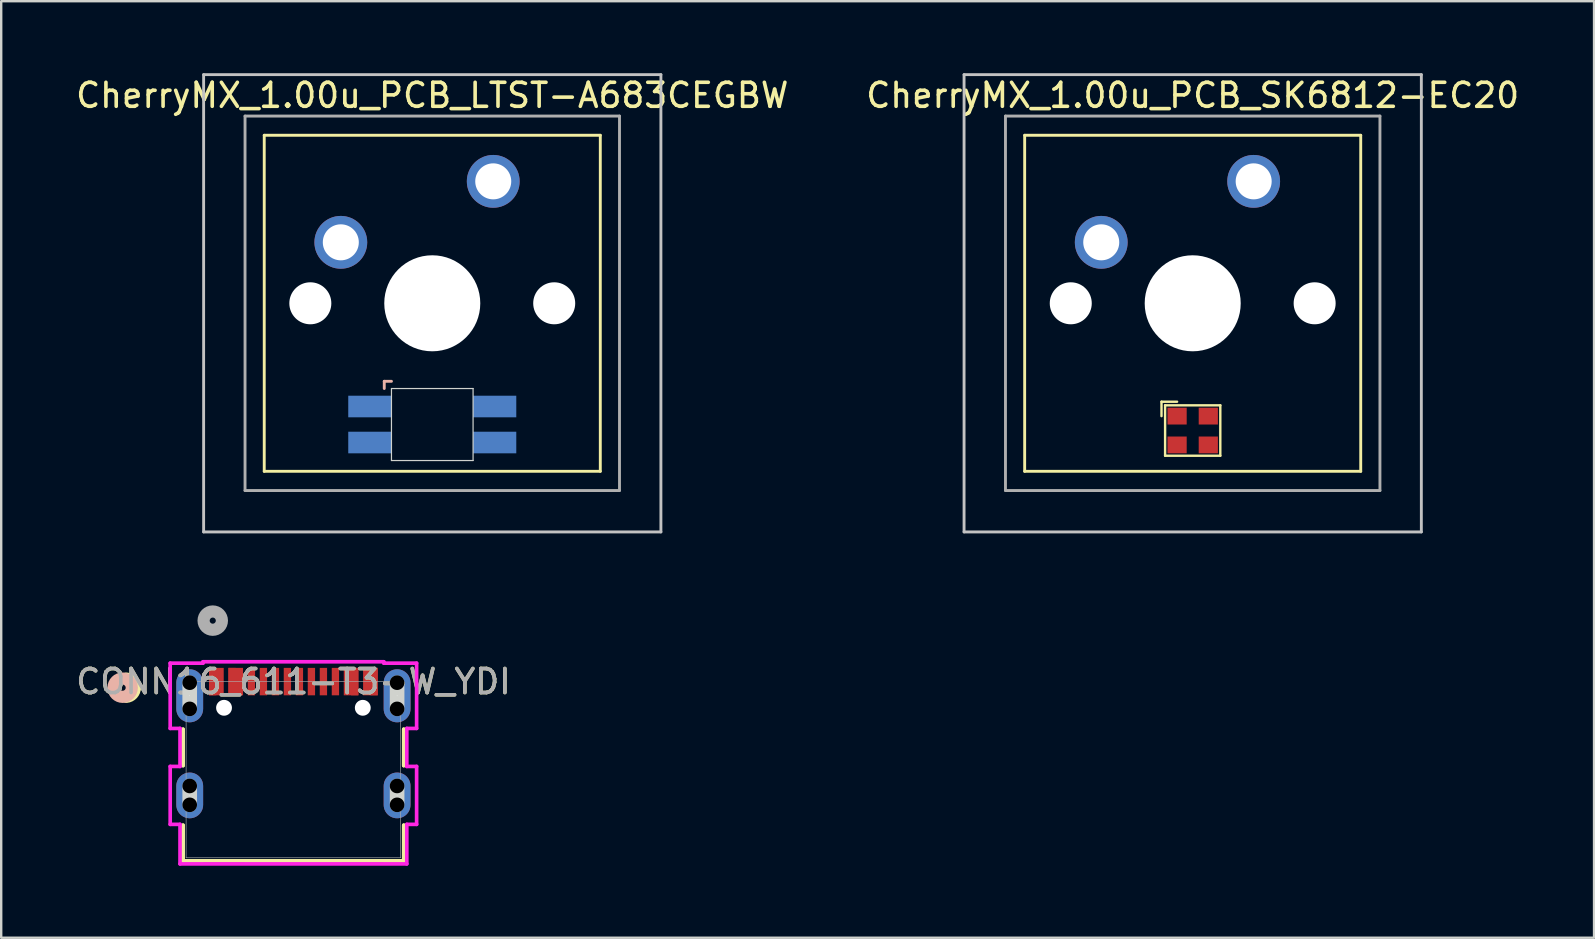
<source format=kicad_pcb>
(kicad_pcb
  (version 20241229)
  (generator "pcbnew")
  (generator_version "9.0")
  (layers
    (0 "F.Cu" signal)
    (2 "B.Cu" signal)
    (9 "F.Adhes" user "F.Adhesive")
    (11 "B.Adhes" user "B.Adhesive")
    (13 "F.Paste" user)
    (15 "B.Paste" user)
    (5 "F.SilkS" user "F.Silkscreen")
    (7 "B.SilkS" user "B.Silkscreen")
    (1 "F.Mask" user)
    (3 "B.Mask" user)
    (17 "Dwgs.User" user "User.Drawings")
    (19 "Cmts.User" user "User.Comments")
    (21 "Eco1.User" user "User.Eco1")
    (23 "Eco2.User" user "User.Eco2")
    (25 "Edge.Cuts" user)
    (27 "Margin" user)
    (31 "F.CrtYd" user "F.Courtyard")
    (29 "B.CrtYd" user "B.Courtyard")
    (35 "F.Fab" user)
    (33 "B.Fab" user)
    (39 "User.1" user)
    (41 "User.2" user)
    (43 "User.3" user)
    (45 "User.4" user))
  (footprint "CherryMX_1.00u_PCB_SK6812-EC20"
    (layer "F.Cu")
    (at 46.637 9.585)
    (property "Reference" "CherryMX_1.00u_PCB_SK6812-EC20" (at 0 -8.662 0) (layer "F.SilkS") (effects (font (size 1 1) (thickness 0.15))))
    (attr through_hole)
    (fp_line (start -7 -7) (end -7 7) (stroke (width 0.12) (type solid)) (layer "F.SilkS"))
    (fp_line (start -7 -7) (end 7 -7) (stroke (width 0.12) (type solid)) (layer "F.SilkS"))
    (fp_line (start -1.3 4.1) (end -0.65 4.1) (stroke (width 0.1) (type default)) (layer "F.SilkS"))
    (fp_line (start -1.3 4.7) (end -1.3 4.1) (stroke (width 0.1) (type default)) (layer "F.SilkS"))
    (fp_line (start -1.15 4.25) (end 1.15 4.25) (stroke (width 0.1) (type default)) (layer "F.SilkS"))
    (fp_line (start -1.15 6.35) (end -1.15 4.25) (stroke (width 0.1) (type default)) (layer "F.SilkS"))
    (fp_line (start 1.15 4.25) (end 1.15 6.35) (stroke (width 0.1) (type default)) (layer "F.SilkS"))
    (fp_line (start 1.15 6.35) (end -1.15 6.35) (stroke (width 0.1) (type default)) (layer "F.SilkS"))
    (fp_line (start 7 -7) (end 7 7) (stroke (width 0.12) (type solid)) (layer "F.SilkS"))
    (fp_line (start 7 7) (end -7 7) (stroke (width 0.12) (type solid)) (layer "F.SilkS"))
    (fp_line (start -9.525 -9.525) (end 9.525 -9.525) (stroke (width 0.12) (type solid)) (layer "Dwgs.User"))
    (fp_line (start -9.525 9.525) (end -9.525 -9.525) (stroke (width 0.12) (type solid)) (layer "Dwgs.User"))
    (fp_line (start 9.525 -9.525) (end 9.525 9.525) (stroke (width 0.12) (type solid)) (layer "Dwgs.User"))
    (fp_line (start 9.525 9.525) (end -9.525 9.525) (stroke (width 0.12) (type solid)) (layer "Dwgs.User"))
    (fp_line (start -7.8 -7.8) (end -7.8 7.8) (stroke (width 0.12) (type solid)) (layer "F.Fab"))
    (fp_line (start -7.8 -7.8) (end 7.8 -7.8) (stroke (width 0.12) (type solid)) (layer "F.Fab"))
    (fp_line (start -7.8 7.8) (end 7.8 7.8) (stroke (width 0.12) (type solid)) (layer "F.Fab"))
    (fp_line (start 7.8 -7.8) (end 7.8 7.8) (stroke (width 0.12) (type solid)) (layer "F.Fab"))
    (pad "" np_thru_hole circle (at -5.08 0) (size 1.75 1.75) (drill 1.75) (layers "*.Cu" "*.Mask"))
    (pad "" np_thru_hole circle (at 0 0) (size 4 4) (drill 4) (layers "*.Cu" "*.Mask"))
    (pad "" np_thru_hole circle (at 5.08 0) (size 1.75 1.75) (drill 1.75) (layers "*.Cu" "*.Mask"))
    (pad "1" thru_hole circle (at -3.81 -2.54) (size 2.2 2.2) (drill 1.5) (layers "*.Cu" "*.Mask"))
    (pad "2" smd rect (at -0.65 4.7) (size 0.8 0.7) (layers "F.Cu" "F.Mask" "F.Paste"))
    (pad "3" smd rect (at -0.65 5.9) (size 0.8 0.7) (layers "F.Cu" "F.Mask" "F.Paste"))
    (pad "4" thru_hole circle (at 2.54 -5.08) (size 2.2 2.2) (drill 1.5) (layers "*.Cu" "*.Mask"))
    (pad "5" smd rect (at 0.65 4.7) (size 0.8 0.7) (layers "F.Cu" "F.Mask" "F.Paste"))
    (pad "6" smd rect (at 0.65 5.9) (size 0.8 0.7) (layers "F.Cu" "F.Mask" "F.Paste")))
  (footprint "CherryMX_1.00u_PCB_LTST-A683CEGBW"
    (layer "F.Cu")
    (at 14.958 9.585)
    (property "Reference" "CherryMX_1.00u_PCB_LTST-A683CEGBW" (at 0 -8.662 0) (layer "F.SilkS") (effects (font (size 1 1) (thickness 0.15))))
    (attr through_hole)
    (fp_line (start -7 -7) (end -7 7) (stroke (width 0.12) (type solid)) (layer "F.SilkS"))
    (fp_line (start -7 -7) (end 7 -7) (stroke (width 0.12) (type solid)) (layer "F.SilkS"))
    (fp_line (start 7 -7) (end 7 7) (stroke (width 0.12) (type solid)) (layer "F.SilkS"))
    (fp_line (start 7 7) (end -7 7) (stroke (width 0.12) (type solid)) (layer "F.SilkS"))
    (fp_line (start -2 3.25) (end -2 3.55) (stroke (width 0.12) (type solid)) (layer "B.SilkS"))
    (fp_line (start -1.7 3.25) (end -2 3.25) (stroke (width 0.12) (type solid)) (layer "B.SilkS"))
    (fp_line (start -9.525 -9.525) (end 9.525 -9.525) (stroke (width 0.12) (type solid)) (layer "Dwgs.User"))
    (fp_line (start -9.525 9.525) (end -9.525 -9.525) (stroke (width 0.12) (type solid)) (layer "Dwgs.User"))
    (fp_line (start 9.525 -9.525) (end 9.525 9.525) (stroke (width 0.12) (type solid)) (layer "Dwgs.User"))
    (fp_line (start 9.525 9.525) (end -9.525 9.525) (stroke (width 0.12) (type solid)) (layer "Dwgs.User"))
    (fp_line (start -1.7 3.55) (end 1.7 3.55) (stroke (width 0.05) (type solid)) (layer "Edge.Cuts"))
    (fp_line (start -1.7 6.55) (end -1.7 3.55) (stroke (width 0.05) (type solid)) (layer "Edge.Cuts"))
    (fp_line (start 1.7 3.55) (end 1.7 6.55) (stroke (width 0.05) (type solid)) (layer "Edge.Cuts"))
    (fp_line (start 1.7 6.55) (end -1.7 6.55) (stroke (width 0.05) (type solid)) (layer "Edge.Cuts"))
    (fp_line (start -7.8 -7.8) (end -7.8 7.8) (stroke (width 0.12) (type solid)) (layer "F.Fab"))
    (fp_line (start -7.8 -7.8) (end 7.8 -7.8) (stroke (width 0.12) (type solid)) (layer "F.Fab"))
    (fp_line (start -7.8 7.8) (end 7.8 7.8) (stroke (width 0.12) (type solid)) (layer "F.Fab"))
    (fp_line (start 7.8 -7.8) (end 7.8 7.8) (stroke (width 0.12) (type solid)) (layer "F.Fab"))
    (pad "" np_thru_hole circle (at -5.08 0) (size 1.75 1.75) (drill 1.75) (layers "*.Cu" "*.Mask"))
    (pad "" np_thru_hole circle (at 0 0) (size 4 4) (drill 4) (layers "*.Cu" "*.Mask"))
    (pad "" np_thru_hole circle (at 5.08 0) (size 1.75 1.75) (drill 1.75) (layers "*.Cu" "*.Mask"))
    (pad "1" thru_hole circle (at -3.81 -2.54) (size 2.2 2.2) (drill 1.5) (layers "*.Cu" "*.Mask"))
    (pad "2" thru_hole circle (at 2.54 -5.08) (size 2.2 2.2) (drill 1.5) (layers "*.Cu" "*.Mask"))
    (pad "3" smd rect (at -2.6 4.3) (size 1.8 0.9) (layers "B.Cu" "B.Mask" "B.Paste"))
    (pad "4" smd rect (at -2.6 5.8) (size 1.8 0.9) (layers "B.Cu" "B.Mask" "B.Paste"))
    (pad "5" smd rect (at 2.6 4.3) (size 1.8 0.9) (layers "B.Cu" "B.Mask" "B.Paste"))
    (pad "6" smd rect (at 2.6 5.8) (size 1.8 0.9) (layers "B.Cu" "B.Mask" "B.Paste")))
  (footprint "CONN16_611-T3-W_YDI"
    (layer "F.Cu")
    (at 9.173 29.015)
    (property "Reference" "CONN16_611-T3-W_YDI" (at 0 -3.67 0) (unlocked yes) (layer "F.SilkS") (effects (font (size 1 1) (thickness 0.15))))
    (attr smd)
    (fp_poly (pts (xy -3.513 -3.099) (xy -3.513 -4.242) (xy -3.208 -4.242) (xy -3.208 -3.099)) (stroke (width 0) (type solid)) (fill yes) (layer "F.Cu"))
    (fp_poly (pts (xy -3.513 -3.099) (xy -3.513 -4.242) (xy -2.903 -4.242) (xy -2.903 -3.099)) (stroke (width 0) (type solid)) (fill yes) (layer "F.Cu"))
    (fp_poly (pts (xy -2.708 -4.242) (xy -2.403 -4.242) (xy -2.403 -3.099) (xy -2.708 -3.099)) (stroke (width 0) (type solid)) (fill yes) (layer "F.Cu"))
    (fp_poly (pts (xy -2.708 -4.242) (xy -2.098 -4.242) (xy -2.098 -3.099) (xy -2.708 -3.099)) (stroke (width 0) (type solid)) (fill yes) (layer "F.Cu"))
    (fp_poly (pts (xy 2.098 -3.099) (xy 2.098 -4.242) (xy 2.708 -4.242) (xy 2.708 -3.099)) (stroke (width 0) (type solid)) (fill yes) (layer "F.Cu"))
    (fp_poly (pts (xy 2.708 -4.242) (xy 2.708 -3.099) (xy 2.403 -3.099) (xy 2.403 -4.242)) (stroke (width 0) (type solid)) (fill yes) (layer "F.Cu"))
    (fp_poly (pts (xy 2.903 -4.242) (xy 3.513 -4.242) (xy 3.513 -3.099) (xy 2.903 -3.099)) (stroke (width 0) (type solid)) (fill yes) (layer "F.Cu"))
    (fp_poly (pts (xy 3.513 -4.242) (xy 3.513 -3.099) (xy 3.208 -3.099) (xy 3.208 -4.242)) (stroke (width 0) (type solid)) (fill yes) (layer "F.Cu"))
    (fp_poly (pts (xy -3.513 -3.099) (xy -3.513 -4.242) (xy -3.208 -4.242) (xy -3.208 -3.099)) (stroke (width 0) (type solid)) (fill yes) (layer "F.Mask"))
    (fp_poly (pts (xy -3.513 -3.099) (xy -3.513 -4.242) (xy -2.903 -4.242) (xy -2.903 -3.099)) (stroke (width 0) (type solid)) (fill yes) (layer "F.Mask"))
    (fp_poly (pts (xy -2.708 -4.242) (xy -2.403 -4.242) (xy -2.403 -3.099) (xy -2.708 -3.099)) (stroke (width 0) (type solid)) (fill yes) (layer "F.Mask"))
    (fp_poly (pts (xy -2.708 -4.242) (xy -2.098 -4.242) (xy -2.098 -3.099) (xy -2.708 -3.099)) (stroke (width 0) (type solid)) (fill yes) (layer "F.Mask"))
    (fp_poly (pts (xy 2.098 -3.099) (xy 2.098 -4.242) (xy 2.708 -4.242) (xy 2.708 -3.099)) (stroke (width 0) (type solid)) (fill yes) (layer "F.Mask"))
    (fp_poly (pts (xy 2.708 -4.242) (xy 2.708 -3.099) (xy 2.403 -3.099) (xy 2.403 -4.242)) (stroke (width 0) (type solid)) (fill yes) (layer "F.Mask"))
    (fp_poly (pts (xy 2.903 -4.242) (xy 3.513 -4.242) (xy 3.513 -3.099) (xy 2.903 -3.099)) (stroke (width 0) (type solid)) (fill yes) (layer "F.Mask"))
    (fp_poly (pts (xy 3.513 -4.242) (xy 3.513 -3.099) (xy 3.208 -3.099) (xy 3.208 -4.242)) (stroke (width 0) (type solid)) (fill yes) (layer "F.Mask"))
    (fp_line (start -4.597 -1.686) (end -4.597 -0.17) (stroke (width 0.152) (type solid)) (layer "F.SilkS"))
    (fp_line (start -4.597 -0.17) (end -4.597 -1.686) (stroke (width 0.152) (type solid)) (layer "F.SilkS"))
    (fp_line (start -4.597 2.312) (end -4.597 3.797) (stroke (width 0.152) (type solid)) (layer "F.SilkS"))
    (fp_line (start -4.597 3.797) (end -4.597 2.312) (stroke (width 0.152) (type solid)) (layer "F.SilkS"))
    (fp_line (start -4.597 3.797) (end -3.794 3.797) (stroke (width 0.152) (type solid)) (layer "F.SilkS"))
    (fp_line (start -1.986 3.797) (end 1.986 3.797) (stroke (width 0.152) (type solid)) (layer "F.SilkS"))
    (fp_line (start 3.794 3.797) (end 4.597 3.797) (stroke (width 0.152) (type solid)) (layer "F.SilkS"))
    (fp_line (start 4.597 -1.686) (end 4.597 -0.17) (stroke (width 0.152) (type solid)) (layer "F.SilkS"))
    (fp_line (start 4.597 -0.17) (end 4.597 -1.686) (stroke (width 0.152) (type solid)) (layer "F.SilkS"))
    (fp_line (start 4.597 2.312) (end 4.597 3.797) (stroke (width 0.152) (type solid)) (layer "F.SilkS"))
    (fp_line (start 4.597 3.797) (end -4.597 3.797) (stroke (width 0.152) (type solid)) (layer "F.SilkS"))
    (fp_line (start 4.597 3.797) (end 4.597 2.312) (stroke (width 0.152) (type solid)) (layer "F.SilkS"))
    (fp_arc (start -6.954204 -3.795886) (mid -6.706237 -3.673851) (end -6.606001 -3.4163) (stroke (width 0.508) (type solid)) (layer "F.SilkS"))
    (fp_arc (start -6.606001 -3.4163) (mid -6.706237 -3.158749) (end -6.954203 -3.036714) (stroke (width 0.508) (type solid)) (layer "F.SilkS"))
    (fp_circle (center -7.114 -3.416) (end -6.733 -3.416) (stroke (width 0.508) (type solid)) (fill no) (layer "B.SilkS"))
    (fp_poly (pts (xy -3.513 -3.099) (xy -3.513 -4.242) (xy -3.208 -4.242) (xy -3.208 -3.099)) (stroke (width 0) (type solid)) (fill yes) (layer "F.Paste"))
    (fp_poly (pts (xy -3.513 -3.099) (xy -3.513 -4.242) (xy -2.903 -4.242) (xy -2.903 -3.099)) (stroke (width 0) (type solid)) (fill yes) (layer "F.Paste"))
    (fp_poly (pts (xy -2.708 -4.242) (xy -2.403 -4.242) (xy -2.403 -3.099) (xy -2.708 -3.099)) (stroke (width 0) (type solid)) (fill yes) (layer "F.Paste"))
    (fp_poly (pts (xy -2.708 -4.242) (xy -2.098 -4.242) (xy -2.098 -3.099) (xy -2.708 -3.099)) (stroke (width 0) (type solid)) (fill yes) (layer "F.Paste"))
    (fp_poly (pts (xy 2.098 -3.099) (xy 2.098 -4.242) (xy 2.708 -4.242) (xy 2.708 -3.099)) (stroke (width 0) (type solid)) (fill yes) (layer "F.Paste"))
    (fp_poly (pts (xy 2.708 -4.242) (xy 2.708 -3.099) (xy 2.403 -3.099) (xy 2.403 -4.242)) (stroke (width 0) (type solid)) (fill yes) (layer "F.Paste"))
    (fp_poly (pts (xy 2.903 -4.242) (xy 3.513 -4.242) (xy 3.513 -3.099) (xy 2.903 -3.099)) (stroke (width 0) (type solid)) (fill yes) (layer "F.Paste"))
    (fp_poly (pts (xy 3.513 -4.242) (xy 3.513 -3.099) (xy 3.208 -3.099) (xy 3.208 -4.242)) (stroke (width 0) (type solid)) (fill yes) (layer "F.Paste"))
    (fp_line (start -4.32 1.464) (end -4.32 0.677) (stroke (width 0.61) (type solid)) (layer "Edge.Cuts"))
    (fp_line (start -4.32 -2.533) (end -4.32 -3.625) (stroke (width 0.61) (type solid)) (layer "Edge.Cuts"))
    (fp_line (start 4.32 -2.533) (end 4.32 -3.625) (stroke (width 0.61) (type solid)) (layer "Edge.Cuts"))
    (fp_line (start 4.32 1.464) (end 4.32 0.677) (stroke (width 0.61) (type solid)) (layer "Edge.Cuts"))
    (fp_line (start -5.133 -0.136) (end -5.133 2.277) (stroke (width 0.152) (type solid)) (layer "F.CrtYd"))
    (fp_line (start -5.133 2.277) (end -4.724 2.277) (stroke (width 0.152) (type solid)) (layer "F.CrtYd"))
    (fp_line (start -5.133 -4.438) (end -5.133 -1.72) (stroke (width 0.152) (type solid)) (layer "F.CrtYd"))
    (fp_line (start -5.133 -1.72) (end -4.724 -1.72) (stroke (width 0.152) (type solid)) (layer "F.CrtYd"))
    (fp_line (start -4.724 -1.72) (end -4.724 -0.136) (stroke (width 0.152) (type solid)) (layer "F.CrtYd"))
    (fp_line (start -4.724 -0.136) (end -5.133 -0.136) (stroke (width 0.152) (type solid)) (layer "F.CrtYd"))
    (fp_line (start -4.724 2.277) (end -4.724 3.924) (stroke (width 0.152) (type solid)) (layer "F.CrtYd"))
    (fp_line (start -4.724 3.924) (end 4.724 3.924) (stroke (width 0.152) (type solid)) (layer "F.CrtYd"))
    (fp_line (start -3.767 -4.496) (end -3.767 -4.438) (stroke (width 0.152) (type solid)) (layer "F.CrtYd"))
    (fp_line (start -3.767 -4.438) (end -5.133 -4.438) (stroke (width 0.152) (type solid)) (layer "F.CrtYd"))
    (fp_line (start 3.767 -4.496) (end -3.767 -4.496) (stroke (width 0.152) (type solid)) (layer "F.CrtYd"))
    (fp_line (start 3.767 -4.438) (end 3.767 -4.496) (stroke (width 0.152) (type solid)) (layer "F.CrtYd"))
    (fp_line (start 4.724 -1.72) (end 5.133 -1.72) (stroke (width 0.152) (type solid)) (layer "F.CrtYd"))
    (fp_line (start 4.724 -0.136) (end 4.724 -1.72) (stroke (width 0.152) (type solid)) (layer "F.CrtYd"))
    (fp_line (start 4.724 2.277) (end 5.133 2.277) (stroke (width 0.152) (type solid)) (layer "F.CrtYd"))
    (fp_line (start 4.724 3.924) (end 4.724 2.277) (stroke (width 0.152) (type solid)) (layer "F.CrtYd"))
    (fp_line (start 5.133 -4.438) (end 3.767 -4.438) (stroke (width 0.152) (type solid)) (layer "F.CrtYd"))
    (fp_line (start 5.133 -1.72) (end 5.133 -4.438) (stroke (width 0.152) (type solid)) (layer "F.CrtYd"))
    (fp_line (start 5.133 -0.136) (end 4.724 -0.136) (stroke (width 0.152) (type solid)) (layer "F.CrtYd"))
    (fp_line (start 5.133 2.277) (end 5.133 -0.136) (stroke (width 0.152) (type solid)) (layer "F.CrtYd"))
    (fp_line (start -4.47 -3.67) (end -4.47 3.67) (stroke (width 0.025) (type solid)) (layer "F.Fab"))
    (fp_line (start -4.47 3.67) (end 4.47 3.67) (stroke (width 0.025) (type solid)) (layer "F.Fab"))
    (fp_line (start 4.47 -3.67) (end -4.47 -3.67) (stroke (width 0.025) (type solid)) (layer "F.Fab"))
    (fp_line (start 4.47 3.67) (end 4.47 -3.67) (stroke (width 0.025) (type solid)) (layer "F.Fab"))
    (fp_circle (center -3.36 -6.21) (end -2.979 -6.21) (stroke (width 0.508) (type solid)) (fill no) (layer "F.Fab"))
    (fp_text user "${REFERENCE}" (at 0 -3.67 0) (unlocked yes) (layer "F.Fab") (effects (font (size 1 1) (thickness 0.15))))
    (pad "" np_thru_hole circle (at -4.32 0.677) (size 0.61 0.61) (drill 0.61) (layers))
    (pad "" np_thru_hole circle (at -4.32 1.464) (size 0.61 0.61) (drill 0.61) (layers))
    (pad "" np_thru_hole circle (at -4.32 -3.625) (size 0.61 0.61) (drill 0.61) (layers))
    (pad "" np_thru_hole circle (at -4.32 -2.533) (size 0.61 0.61) (drill 0.61) (layers))
    (pad "" np_thru_hole circle (at -2.89 -2.579) (size 0.66 0.66) (drill 0.66) (layers "*.Cu" "*.Mask"))
    (pad "" np_thru_hole circle (at 2.89 -2.579) (size 0.66 0.66) (drill 0.66) (layers "*.Cu" "*.Mask"))
    (pad "" np_thru_hole circle (at 4.32 -3.625) (size 0.61 0.61) (drill 0.61) (layers))
    (pad "" np_thru_hole circle (at 4.32 -2.533) (size 0.61 0.61) (drill 0.61) (layers))
    (pad "" np_thru_hole circle (at 4.32 0.677) (size 0.61 0.61) (drill 0.61) (layers))
    (pad "" np_thru_hole circle (at 4.32 1.464) (size 0.61 0.61) (drill 0.61) (layers))
    (pad "17" thru_hole oval (at -4.32 -3.079 90) (size 2.21 1.118) (drill 0.025) (layers "*.Cu" "*.Mask"))
    (pad "18" thru_hole oval (at -4.32 1.071 90) (size 1.905 1.118) (drill 0.025) (layers "*.Cu" "*.Mask"))
    (pad "19" thru_hole oval (at 4.32 1.071 90) (size 1.905 1.118) (drill 0.025) (layers "*.Cu" "*.Mask"))
    (pad "20" thru_hole oval (at 4.32 -3.079 90) (size 2.21 1.118) (drill 0.025) (layers "*.Cu" "*.Mask"))
    (pad "A1" smd rect (at -3.36 -3.67) (size 0.127 0.127) (layers "F.Cu" "F.Mask" "F.Paste"))
    (pad "A4" smd rect (at -2.555 -3.67) (size 0.127 0.127) (layers "F.Cu" "F.Mask" "F.Paste"))
    (pad "A5" smd rect (at -1.25 -3.67) (size 0.305 1.143) (layers "F.Cu" "F.Mask" "F.Paste"))
    (pad "A6" smd rect (at -0.25 -3.67) (size 0.305 1.143) (layers "F.Cu" "F.Mask" "F.Paste"))
    (pad "A7" smd rect (at 0.25 -3.67) (size 0.305 1.143) (layers "F.Cu" "F.Mask" "F.Paste"))
    (pad "A8" smd rect (at -1.75 -3.67) (size 0.305 1.143) (layers "F.Cu" "F.Mask" "F.Paste"))
    (pad "A9" smd rect (at 2.555 -3.67) (size 0.127 0.127) (layers "F.Cu" "F.Mask" "F.Paste"))
    (pad "A12" smd rect (at 3.36 -3.67) (size 0.127 0.127) (layers "F.Cu" "F.Mask" "F.Paste"))
    (pad "B1" smd rect (at 3.055 -3.67) (size 0.127 0.127) (layers "F.Cu" "F.Mask" "F.Paste"))
    (pad "B4" smd rect (at 2.251 -3.67) (size 0.127 0.127) (layers "F.Cu" "F.Mask" "F.Paste"))
    (pad "B5" smd rect (at 1.75 -3.67) (size 0.305 1.143) (layers "F.Cu" "F.Mask" "F.Paste"))
    (pad "B6" smd rect (at 0.75 -3.67) (size 0.305 1.143) (layers "F.Cu" "F.Mask" "F.Paste"))
    (pad "B7" smd rect (at -0.75 -3.67) (size 0.305 1.143) (layers "F.Cu" "F.Mask" "F.Paste"))
    (pad "B8" smd rect (at 1.25 -3.67) (size 0.305 1.143) (layers "F.Cu" "F.Mask" "F.Paste"))
    (pad "B9" smd rect (at -2.251 -3.67) (size 0.127 0.127) (layers "F.Cu" "F.Mask" "F.Paste"))
    (pad "B12" smd rect (at -3.055 -3.67) (size 0.127 0.127) (layers "F.Cu" "F.Mask" "F.Paste")))
  (gr_rect
    (start -3 -3)
    (end 63.357 36.016)
    (stroke (width 0.1) (type default))
    (fill no)
    (layer "Edge.Cuts")))
</source>
